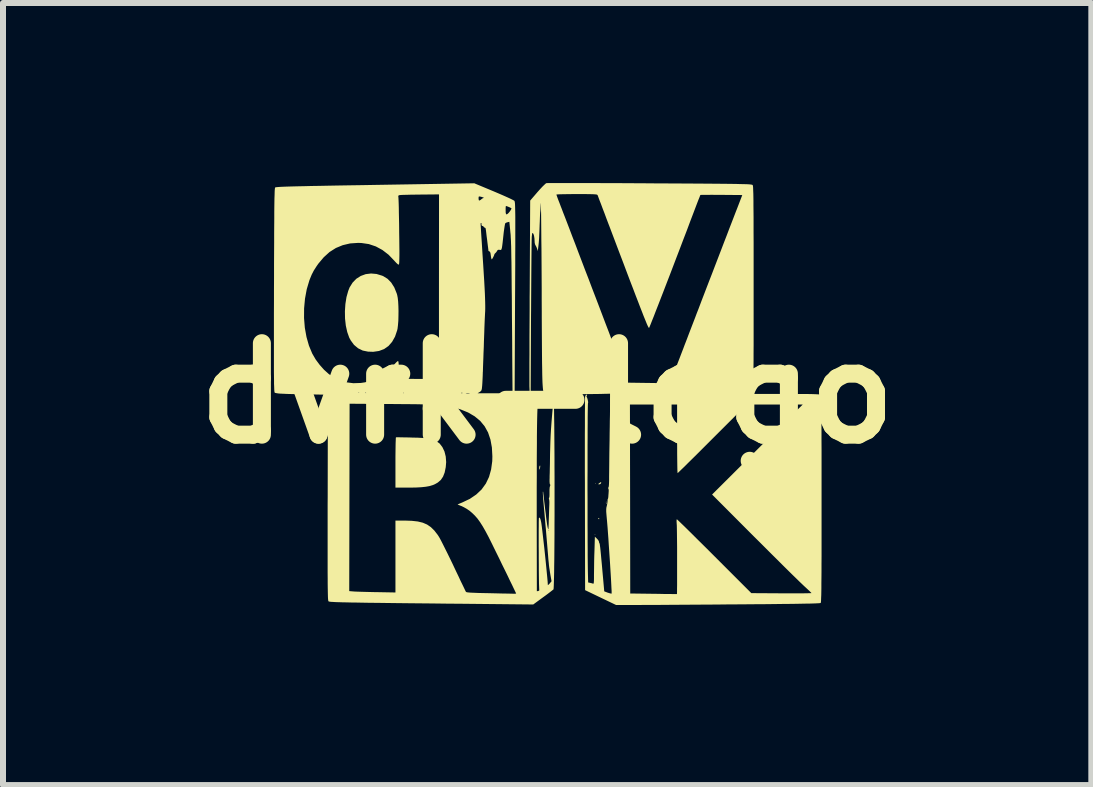
<source format=kicad_pcb>
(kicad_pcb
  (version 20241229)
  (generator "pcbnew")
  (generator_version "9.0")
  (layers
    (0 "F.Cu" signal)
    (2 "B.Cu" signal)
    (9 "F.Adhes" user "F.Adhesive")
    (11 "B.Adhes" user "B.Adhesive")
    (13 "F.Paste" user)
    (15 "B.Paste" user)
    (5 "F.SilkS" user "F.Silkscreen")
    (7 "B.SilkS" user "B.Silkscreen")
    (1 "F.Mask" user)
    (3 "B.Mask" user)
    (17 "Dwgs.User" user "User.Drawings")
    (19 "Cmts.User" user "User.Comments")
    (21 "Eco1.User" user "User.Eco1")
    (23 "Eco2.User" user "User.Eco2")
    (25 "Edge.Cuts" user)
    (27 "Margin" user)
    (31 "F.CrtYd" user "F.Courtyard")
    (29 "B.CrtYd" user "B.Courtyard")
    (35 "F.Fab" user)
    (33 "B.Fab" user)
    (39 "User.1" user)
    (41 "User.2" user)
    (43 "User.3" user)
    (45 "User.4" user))
  (footprint "dvrk-logo"
    (layer "F.Cu")
    (at 6.067 3.503)
    (property "Reference" "dvrk-logo" (at 0 0 0) (layer "F.SilkS") (effects (font (size 1.524 1.524) (thickness 0.3))))
    (attr board_only exclude_from_pos_files exclude_from_bom)
    (fp_poly (pts (xy 0.802 2.358) (xy 0.797 2.363) (xy 0.791 2.358) (xy 0.797 2.352)) (stroke (width 0) (type solid)) (fill yes) (layer "F.SilkS"))
    (fp_poly (pts (xy 0.813 1.5) (xy 0.808 1.506) (xy 0.802 1.5) (xy 0.808 1.495)) (stroke (width 0) (type solid)) (fill yes) (layer "F.SilkS"))
    (fp_poly (pts (xy 0.986 1.806) (xy 0.987 1.819) (xy 0.986 1.821) (xy 0.979 1.819) (xy 0.978 1.813) (xy 0.982 1.804)) (stroke (width 0) (type solid)) (fill yes) (layer "F.SilkS"))
    (fp_poly (pts (xy 0.997 1.839) (xy 0.995 1.846) (xy 0.989 1.846) (xy 0.98 1.842) (xy 0.982 1.839) (xy 0.995 1.838)) (stroke (width 0) (type solid)) (fill yes) (layer "F.SilkS"))
    (fp_poly (pts (xy 0.868 2.085) (xy 0.868 2.088) (xy 0.865 2.099) (xy 0.863 2.099) (xy 0.854 2.092) (xy 0.852 2.088) (xy 0.853 2.078) (xy 0.857 2.077)) (stroke (width 0) (type solid)) (fill yes) (layer "F.SilkS"))
    (fp_poly (pts (xy 0.901 1.483) (xy 0.897 1.5) (xy 0.882 1.514) (xy 0.867 1.517) (xy 0.852 1.516) (xy 0.853 1.51) (xy 0.87 1.496) (xy 0.892 1.481)) (stroke (width 0) (type solid)) (fill yes) (layer "F.SilkS"))
    (fp_poly (pts (xy -0.115 1.208) (xy -0.117 1.23) (xy -0.117 1.233) (xy -0.124 1.264) (xy -0.129 1.273) (xy -0.132 1.26) (xy -0.132 1.244) (xy -0.129 1.218) (xy -0.121 1.204) (xy -0.121 1.204)) (stroke (width 0) (type solid)) (fill yes) (layer "F.SilkS"))
    (fp_poly (pts (xy -2.843 -1.988) (xy -2.748 -1.959) (xy -2.73 -1.951) (xy -2.659 -1.907) (xy -2.598 -1.844) (xy -2.547 -1.763) (xy -2.507 -1.664) (xy -2.499 -1.637) (xy -2.49 -1.591) (xy -2.483 -1.528) (xy -2.479 -1.453) (xy -2.477 -1.371) (xy -2.478 -1.288) (xy -2.48 -1.207) (xy -2.486 -1.135) (xy -2.493 -1.077) (xy -2.499 -1.05) (xy -2.535 -0.944) (xy -2.584 -0.857) (xy -2.644 -0.788) (xy -2.717 -0.737) (xy -2.802 -0.705) (xy -2.898 -0.691) (xy -2.985 -0.694) (xy -3.073 -0.712) (xy -3.151 -0.75) (xy -3.218 -0.806) (xy -3.273 -0.881) (xy -3.298 -0.927) (xy -3.331 -1.02) (xy -3.355 -1.128) (xy -3.368 -1.245) (xy -3.37 -1.367) (xy -3.362 -1.487) (xy -3.344 -1.602) (xy -3.315 -1.705) (xy -3.292 -1.764) (xy -3.242 -1.844) (xy -3.18 -1.908) (xy -3.106 -1.955) (xy -3.024 -1.985) (xy -2.935 -1.996)) (stroke (width 0) (type solid)) (fill yes) (layer "F.SilkS"))
    (fp_poly (pts (xy -2.428 0.734) (xy -2.368 0.735) (xy -2.298 0.736) (xy -2.248 0.738) (xy -2.155 0.74) (xy -2.08 0.744) (xy -2.021 0.748) (xy -1.974 0.754) (xy -1.936 0.761) (xy -1.903 0.771) (xy -1.873 0.784) (xy -1.85 0.795) (xy -1.792 0.837) (xy -1.746 0.897) (xy -1.711 0.97) (xy -1.69 1.054) (xy -1.683 1.147) (xy -1.69 1.232) (xy -1.708 1.32) (xy -1.735 1.389) (xy -1.772 1.444) (xy -1.822 1.487) (xy -1.86 1.509) (xy -1.907 1.53) (xy -1.96 1.546) (xy -2.021 1.557) (xy -2.095 1.565) (xy -2.183 1.57) (xy -2.29 1.572) (xy -2.309 1.572) (xy -2.528 1.572) (xy -2.528 1.155) (xy -2.528 1.061) (xy -2.527 0.975) (xy -2.526 0.898) (xy -2.525 0.833) (xy -2.523 0.783) (xy -2.522 0.749) (xy -2.52 0.735) (xy -2.52 0.734) (xy -2.507 0.733) (xy -2.475 0.733)) (stroke (width 0) (type solid)) (fill yes) (layer "F.SilkS"))
    (fp_poly (pts (xy 0.475 -3.503) (xy 0.609 -3.503) (xy 0.755 -3.503) (xy 0.912 -3.502) (xy 1.079 -3.502) (xy 1.255 -3.501) (xy 1.438 -3.5) (xy 1.628 -3.499) (xy 1.71 -3.498) (xy 1.936 -3.497) (xy 2.141 -3.496) (xy 2.326 -3.495) (xy 2.493 -3.494) (xy 2.641 -3.493) (xy 2.773 -3.492) (xy 2.888 -3.491) (xy 2.989 -3.49) (xy 3.077 -3.489) (xy 3.151 -3.488) (xy 3.214 -3.486) (xy 3.266 -3.485) (xy 3.309 -3.484) (xy 3.342 -3.483) (xy 3.369 -3.481) (xy 3.389 -3.479) (xy 3.403 -3.477) (xy 3.413 -3.475) (xy 3.419 -3.473) (xy 3.423 -3.47) (xy 3.425 -3.468) (xy 3.427 -3.462) (xy 3.429 -3.451) (xy 3.431 -3.433) (xy 3.432 -3.407) (xy 3.433 -3.373) (xy 3.435 -3.329) (xy 3.436 -3.274) (xy 3.437 -3.208) (xy 3.437 -3.129) (xy 3.438 -3.037) (xy 3.439 -2.931) (xy 3.439 -2.809) (xy 3.439 -2.67) (xy 3.44 -2.515) (xy 3.44 -2.341) (xy 3.44 -2.148) (xy 3.44 -1.934) (xy 3.44 -1.742) (xy 3.44 -1.514) (xy 3.44 -1.307) (xy 3.44 -1.12) (xy 3.44 -0.952) (xy 3.44 -0.801) (xy 3.439 -0.668) (xy 3.439 -0.55) (xy 3.438 -0.448) (xy 3.438 -0.359) (xy 3.437 -0.283) (xy 3.436 -0.219) (xy 3.435 -0.166) (xy 3.434 -0.123) (xy 3.433 -0.089) (xy 3.431 -0.062) (xy 3.43 -0.042) (xy 3.428 -0.028) (xy 3.426 -0.019) (xy 3.423 -0.014) (xy 3.423 -0.013) (xy 3.406 0.011) (xy 3.976 0.011) (xy 4.111 0.011) (xy 4.226 0.012) (xy 4.321 0.012) (xy 4.398 0.013) (xy 4.459 0.015) (xy 4.504 0.017) (xy 4.535 0.019) (xy 4.553 0.022) (xy 4.559 0.024) (xy 4.561 0.031) (xy 4.563 0.048) (xy 4.564 0.075) (xy 4.565 0.115) (xy 4.567 0.166) (xy 4.568 0.232) (xy 4.569 0.311) (xy 4.569 0.405) (xy 4.57 0.514) (xy 4.571 0.641) (xy 4.571 0.784) (xy 4.572 0.946) (xy 4.572 1.126) (xy 4.572 1.326) (xy 4.572 1.547) (xy 4.572 1.759) (xy 4.572 1.991) (xy 4.572 2.202) (xy 4.572 2.392) (xy 4.572 2.564) (xy 4.572 2.717) (xy 4.571 2.853) (xy 4.571 2.973) (xy 4.57 3.078) (xy 4.569 3.168) (xy 4.569 3.245) (xy 4.568 3.31) (xy 4.567 3.363) (xy 4.565 3.405) (xy 4.564 3.438) (xy 4.563 3.463) (xy 4.561 3.48) (xy 4.559 3.49) (xy 4.557 3.494) (xy 4.557 3.494) (xy 4.548 3.496) (xy 4.526 3.498) (xy 4.49 3.5) (xy 4.44 3.502) (xy 4.374 3.504) (xy 4.293 3.505) (xy 4.194 3.507) (xy 4.078 3.509) (xy 3.944 3.51) (xy 3.791 3.512) (xy 3.618 3.514) (xy 3.425 3.515) (xy 3.21 3.517) (xy 3.18 3.517) (xy 3.002 3.518) (xy 2.824 3.52) (xy 2.65 3.521) (xy 2.48 3.522) (xy 2.317 3.523) (xy 2.163 3.524) (xy 2.019 3.525) (xy 1.886 3.526) (xy 1.768 3.527) (xy 1.665 3.527) (xy 1.579 3.527) (xy 1.513 3.528) (xy 1.484 3.528) (xy 1.149 3.528) (xy 0.89 3.404) (xy 0.632 3.28) (xy 0.629 1.687) (xy 0.629 1.501) (xy 0.628 1.32) (xy 0.628 1.147) (xy 0.628 0.982) (xy 0.628 0.826) (xy 0.628 0.681) (xy 0.629 0.548) (xy 0.629 0.428) (xy 0.629 0.323) (xy 0.63 0.233) (xy 0.63 0.161) (xy 0.631 0.106) (xy 0.631 0.072) (xy 0.632 0.058) (xy 0.642 0.031) (xy 0.656 0.022) (xy 0.667 0.026) (xy 0.661 0.037) (xy 0.655 0.054) (xy 0.658 0.061) (xy 0.667 0.078) (xy 0.675 0.105) (xy 0.681 0.133) (xy 0.683 0.155) (xy 0.68 0.165) (xy 0.68 0.165) (xy 0.679 0.176) (xy 0.678 0.207) (xy 0.677 0.257) (xy 0.676 0.324) (xy 0.675 0.407) (xy 0.675 0.504) (xy 0.674 0.614) (xy 0.674 0.735) (xy 0.673 0.865) (xy 0.673 1.003) (xy 0.673 1.147) (xy 0.673 1.296) (xy 0.672 1.449) (xy 0.672 1.603) (xy 0.673 1.757) (xy 0.673 1.909) (xy 0.673 2.059) (xy 0.673 2.203) (xy 0.674 2.342) (xy 0.674 2.473) (xy 0.675 2.594) (xy 0.675 2.705) (xy 0.676 2.803) (xy 0.677 2.887) (xy 0.678 2.955) (xy 0.679 3.002) (xy 0.683 3.152) (xy 0.712 3.158) (xy 0.742 3.165) (xy 0.761 3.171) (xy 0.769 3.173) (xy 0.774 3.168) (xy 0.777 3.154) (xy 0.779 3.127) (xy 0.78 3.086) (xy 0.78 3.025) (xy 0.78 3.021) (xy 0.781 2.959) (xy 0.782 2.881) (xy 0.783 2.795) (xy 0.785 2.708) (xy 0.788 2.627) (xy 0.795 2.39) (xy 0.83 2.423) (xy 0.851 2.447) (xy 0.862 2.468) (xy 0.863 2.473) (xy 0.866 2.491) (xy 0.87 2.495) (xy 0.872 2.501) (xy 0.876 2.514) (xy 0.879 2.537) (xy 0.884 2.572) (xy 0.889 2.619) (xy 0.895 2.68) (xy 0.902 2.758) (xy 0.911 2.852) (xy 0.921 2.966) (xy 0.932 3.087) (xy 0.951 3.3) (xy 1.009 3.322) (xy 1.042 3.332) (xy 1.066 3.338) (xy 1.074 3.337) (xy 1.074 3.325) (xy 1.074 3.294) (xy 1.071 3.245) (xy 1.068 3.181) (xy 1.064 3.105) (xy 1.059 3.019) (xy 1.053 2.925) (xy 1.047 2.825) (xy 1.04 2.722) (xy 1.033 2.619) (xy 1.026 2.517) (xy 1.02 2.419) (xy 1.013 2.327) (xy 1.007 2.243) (xy 1.001 2.171) (xy 0.996 2.112) (xy 0.994 2.092) (xy 0.988 2.023) (xy 0.984 1.973) (xy 0.984 1.936) (xy 0.986 1.908) (xy 0.991 1.887) (xy 0.992 1.883) (xy 1.001 1.843) (xy 1.006 1.803) (xy 1.006 1.8) (xy 1.007 1.773) (xy 1.01 1.759) (xy 1.012 1.759) (xy 1.016 1.749) (xy 1.019 1.724) (xy 1.02 1.706) (xy 1.023 1.668) (xy 1.025 1.635) (xy 1.026 1.627) (xy 1.024 1.6) (xy 1.018 1.585) (xy 1.015 1.573) (xy 1.02 1.572) (xy 1.025 1.561) (xy 1.029 1.531) (xy 1.031 1.484) (xy 1.032 1.448) (xy 1.032 1.384) (xy 1.033 1.304) (xy 1.034 1.211) (xy 1.035 1.108) (xy 1.036 0.999) (xy 1.038 0.886) (xy 1.04 0.773) (xy 1.041 0.662) (xy 1.043 0.557) (xy 1.044 0.46) (xy 1.046 0.374) (xy 1.047 0.303) (xy 1.048 0.25) (xy 1.048 0.233) (xy 1.05 0.187) (xy 1.379 0.187) (xy 1.382 1.761) (xy 1.384 3.336) (xy 1.772 3.341) (xy 1.862 3.342) (xy 1.945 3.344) (xy 2.018 3.344) (xy 2.079 3.345) (xy 2.125 3.345) (xy 2.154 3.346) (xy 2.163 3.345) (xy 2.163 3.335) (xy 2.164 3.304) (xy 2.164 3.255) (xy 2.165 3.191) (xy 2.165 3.113) (xy 2.165 3.023) (xy 2.165 2.924) (xy 2.165 2.817) (xy 2.165 2.79) (xy 2.165 2.679) (xy 2.165 2.573) (xy 2.164 2.474) (xy 2.163 2.384) (xy 2.162 2.307) (xy 2.161 2.243) (xy 2.16 2.197) (xy 2.158 2.17) (xy 2.158 2.168) (xy 2.156 2.132) (xy 2.157 2.108) (xy 2.161 2.099) (xy 2.17 2.107) (xy 2.194 2.129) (xy 2.23 2.164) (xy 2.279 2.211) (xy 2.338 2.269) (xy 2.407 2.337) (xy 2.484 2.414) (xy 2.568 2.497) (xy 2.659 2.587) (xy 2.754 2.682) (xy 2.786 2.714) (xy 3.402 3.33) (xy 3.905 3.333) (xy 4.007 3.333) (xy 4.103 3.333) (xy 4.189 3.333) (xy 4.264 3.333) (xy 4.325 3.332) (xy 4.37 3.331) (xy 4.397 3.33) (xy 4.405 3.329) (xy 4.396 3.32) (xy 4.374 3.298) (xy 4.341 3.267) (xy 4.301 3.23) (xy 4.275 3.206) (xy 4.249 3.181) (xy 4.208 3.142) (xy 4.154 3.089) (xy 4.089 3.026) (xy 4.014 2.952) (xy 3.93 2.869) (xy 3.839 2.778) (xy 3.742 2.682) (xy 3.641 2.581) (xy 3.536 2.476) (xy 3.448 2.389) (xy 2.748 1.687) (xy 3.311 1.126) (xy 3.409 1.028) (xy 3.508 0.93) (xy 3.605 0.833) (xy 3.699 0.74) (xy 3.787 0.653) (xy 3.867 0.573) (xy 3.939 0.502) (xy 4 0.442) (xy 4.048 0.394) (xy 4.067 0.376) (xy 4.259 0.187) (xy 3.792 0.187) (xy 3.325 0.187) (xy 2.753 0.758) (xy 2.66 0.851) (xy 2.572 0.939) (xy 2.489 1.022) (xy 2.413 1.097) (xy 2.346 1.163) (xy 2.288 1.221) (xy 2.24 1.267) (xy 2.204 1.302) (xy 2.182 1.323) (xy 2.173 1.33) (xy 2.172 1.319) (xy 2.17 1.289) (xy 2.169 1.24) (xy 2.168 1.176) (xy 2.167 1.098) (xy 2.166 1.008) (xy 2.166 0.908) (xy 2.165 0.801) (xy 2.165 0.758) (xy 2.165 0.187) (xy 1.379 0.187) (xy 1.05 0.187) (xy 1.053 0.076) (xy 1.095 0.038) (xy 1.138 -0.000402) (xy 1.039 0.007) (xy 1.006 0.008) (xy 0.955 0.009) (xy 0.888 0.011) (xy 0.807 0.012) (xy 0.715 0.013) (xy 0.616 0.014) (xy 0.512 0.015) (xy 0.454 0.015) (xy 0.337 0.015) (xy 0.241 0.015) (xy 0.162 0.015) (xy 0.1 0.015) (xy 0.051 0.014) (xy 0.015 0.012) (xy -0.011 0.01) (xy -0.029 0.008) (xy -0.041 0.004) (xy -0.048 0.000067) (xy -0.051 -0.003) (xy -0.056 -0.01) (xy -0.061 -0.021) (xy -0.065 -0.038) (xy -0.069 -0.061) (xy -0.072 -0.091) (xy -0.075 -0.131) (xy -0.078 -0.18) (xy -0.08 -0.24) (xy -0.082 -0.313) (xy -0.083 -0.398) (xy -0.085 -0.499) (xy -0.086 -0.615) (xy -0.087 -0.748) (xy -0.088 -0.898) (xy -0.089 -1.068) (xy -0.09 -1.259) (xy -0.09 -1.357) (xy -0.091 -1.551) (xy -0.091 -1.738) (xy -0.092 -1.919) (xy -0.093 -2.091) (xy -0.094 -2.254) (xy -0.095 -2.408) (xy -0.097 -2.55) (xy -0.098 -2.68) (xy -0.099 -2.797) (xy -0.1 -2.901) (xy -0.101 -2.988) (xy -0.103 -3.06) (xy -0.104 -3.115) (xy -0.105 -3.152) (xy -0.106 -3.169) (xy -0.107 -3.166) (xy -0.108 -3.149) (xy -0.11 -3.102) (xy -0.112 -3.061) (xy -0.114 -3.034) (xy -0.115 -3.028) (xy -0.117 -3.01) (xy -0.119 -2.975) (xy -0.121 -2.925) (xy -0.123 -2.864) (xy -0.126 -2.797) (xy -0.126 -2.792) (xy -0.129 -2.709) (xy -0.132 -2.643) (xy -0.134 -2.591) (xy -0.137 -2.548) (xy -0.14 -2.51) (xy -0.144 -2.472) (xy -0.149 -2.43) (xy -0.149 -2.429) (xy -0.157 -2.369) (xy -0.167 -2.407) (xy -0.179 -2.438) (xy -0.192 -2.462) (xy -0.193 -2.463) (xy -0.203 -2.484) (xy -0.209 -2.517) (xy -0.209 -2.529) (xy -0.212 -2.581) (xy -0.219 -2.625) (xy -0.229 -2.656) (xy -0.239 -2.668) (xy -0.251 -2.667) (xy -0.251 -2.664) (xy -0.252 -2.647) (xy -0.255 -2.62) (xy -0.256 -2.616) (xy -0.257 -2.6) (xy -0.258 -2.564) (xy -0.259 -2.508) (xy -0.26 -2.435) (xy -0.261 -2.345) (xy -0.262 -2.241) (xy -0.263 -2.123) (xy -0.264 -1.993) (xy -0.265 -1.852) (xy -0.266 -1.702) (xy -0.267 -1.544) (xy -0.268 -1.38) (xy -0.269 -1.289) (xy -0.275 0) (xy -0.248 0) (xy -0.218 0.008) (xy -0.187 0.029) (xy -0.16 0.057) (xy -0.145 0.085) (xy -0.143 0.096) (xy -0.136 0.123) (xy -0.125 0.137) (xy -0.113 0.154) (xy -0.12 0.17) (xy -0.142 0.176) (xy -0.147 0.177) (xy -0.152 0.183) (xy -0.156 0.195) (xy -0.159 0.215) (xy -0.161 0.247) (xy -0.163 0.293) (xy -0.165 0.354) (xy -0.167 0.433) (xy -0.168 0.497) (xy -0.169 0.552) (xy -0.17 0.627) (xy -0.171 0.721) (xy -0.171 0.83) (xy -0.172 0.954) (xy -0.173 1.09) (xy -0.173 1.237) (xy -0.173 1.392) (xy -0.174 1.554) (xy -0.174 1.721) (xy -0.174 1.891) (xy -0.174 2.059) (xy -0.172 3.298) (xy -0.149 3.295) (xy -0.132 3.286) (xy -0.132 3.275) (xy -0.133 3.26) (xy -0.134 3.227) (xy -0.136 3.176) (xy -0.137 3.11) (xy -0.138 3.033) (xy -0.139 2.946) (xy -0.139 2.853) (xy -0.14 2.755) (xy -0.14 2.655) (xy -0.141 2.555) (xy -0.141 2.459) (xy -0.141 2.368) (xy -0.141 2.285) (xy -0.14 2.212) (xy -0.14 2.153) (xy -0.139 2.109) (xy -0.138 2.083) (xy -0.137 2.078) (xy -0.129 2.07) (xy -0.119 2.081) (xy -0.109 2.108) (xy -0.1 2.148) (xy -0.097 2.165) (xy -0.089 2.223) (xy -0.08 2.298) (xy -0.07 2.385) (xy -0.059 2.482) (xy -0.047 2.586) (xy -0.036 2.691) (xy -0.025 2.797) (xy -0.015 2.898) (xy -0.006 2.991) (xy 0.002 3.073) (xy 0.008 3.141) (xy 0.011 3.191) (xy 0.011 3.196) (xy 0.018 3.193) (xy 0.034 3.178) (xy 0.043 3.168) (xy 0.073 3.132) (xy 0.054 3.025) (xy 0.047 2.982) (xy 0.041 2.943) (xy 0.035 2.906) (xy 0.03 2.866) (xy 0.026 2.821) (xy 0.02 2.766) (xy 0.015 2.7) (xy 0.008 2.618) (xy -0.000047 2.522) (xy -0.008 2.429) (xy -0.017 2.322) (xy -0.02 2.281) (xy 0.022 2.281) (xy 0.027 2.286) (xy 0.033 2.281) (xy 0.027 2.275) (xy 0.022 2.281) (xy -0.02 2.281) (xy -0.027 2.208) (xy -0.037 2.094) (xy -0.046 1.989) (xy -0.05 1.947) (xy -0.057 1.868) (xy -0.063 1.796) (xy -0.068 1.735) (xy -0.071 1.686) (xy -0.072 1.654) (xy -0.072 1.64) (xy -0.072 1.64) (xy -0.066 1.642) (xy -0.066 1.644) (xy -0.065 1.66) (xy -0.061 1.694) (xy -0.055 1.743) (xy -0.049 1.802) (xy -0.041 1.867) (xy -0.033 1.936) (xy -0.024 2.004) (xy -0.017 2.067) (xy -0.01 2.122) (xy -0.004 2.164) (xy -0.00021 2.191) (xy -0.000103 2.191) (xy 0.007 2.23) (xy 0.014 2.256) (xy 0.019 2.265) (xy 0.022 2.257) (xy 0.022 2.252) (xy 0.025 2.182) (xy 0.027 2.106) (xy 0.03 2.03) (xy 0.032 1.959) (xy 0.034 1.899) (xy 0.036 1.855) (xy 0.036 1.854) (xy 0.037 1.813) (xy 0.035 1.781) (xy 0.031 1.764) (xy 0.03 1.762) (xy 0.028 1.751) (xy 0.032 1.743) (xy 0.037 1.727) (xy 0.039 1.695) (xy 0.039 1.654) (xy 0.039 1.649) (xy 0.039 1.603) (xy 0.042 1.566) (xy 0.048 1.546) (xy 0.054 1.527) (xy 0.049 1.521) (xy 0.043 1.508) (xy 0.04 1.476) (xy 0.04 1.427) (xy 0.041 1.417) (xy 0.041 1.379) (xy 0.043 1.323) (xy 0.044 1.253) (xy 0.046 1.174) (xy 0.047 1.09) (xy 0.048 1.013) (xy 0.051 0.905) (xy 0.054 0.803) (xy 0.058 0.703) (xy 0.064 0.599) (xy 0.072 0.488) (xy 0.082 0.364) (xy 0.093 0.235) (xy 0.096 0.198) (xy 0.095 0.179) (xy 0.09 0.172) (xy 0.077 0.172) (xy 0.072 0.173) (xy 0.049 0.173) (xy 0.045 0.161) (xy 0.06 0.143) (xy 0.073 0.122) (xy 0.077 0.098) (xy 0.081 0.073) (xy 0.089 0.06) (xy 0.096 0.045) (xy 0.094 0.035) (xy 0.093 0.025) (xy 0.101 0.034) (xy 0.104 0.038) (xy 0.107 0.052) (xy 0.109 0.086) (xy 0.111 0.139) (xy 0.113 0.21) (xy 0.115 0.297) (xy 0.116 0.398) (xy 0.118 0.512) (xy 0.119 0.638) (xy 0.12 0.773) (xy 0.121 0.917) (xy 0.122 1.068) (xy 0.122 1.224) (xy 0.123 1.385) (xy 0.123 1.547) (xy 0.123 1.711) (xy 0.123 1.874) (xy 0.123 2.035) (xy 0.122 2.193) (xy 0.122 2.346) (xy 0.121 2.492) (xy 0.12 2.63) (xy 0.119 2.758) (xy 0.117 2.876) (xy 0.116 2.981) (xy 0.114 3.072) (xy 0.112 3.147) (xy 0.11 3.206) (xy 0.108 3.246) (xy 0.106 3.266) (xy 0.105 3.268) (xy 0.091 3.279) (xy 0.063 3.301) (xy 0.024 3.331) (xy -0.024 3.367) (xy -0.071 3.401) (xy -0.232 3.519) (xy -1.416 3.507) (xy -1.676 3.505) (xy -1.915 3.502) (xy -2.134 3.5) (xy -2.334 3.498) (xy -2.515 3.496) (xy -2.679 3.494) (xy -2.826 3.492) (xy -2.957 3.491) (xy -3.074 3.489) (xy -3.176 3.487) (xy -3.266 3.486) (xy -3.343 3.484) (xy -3.409 3.483) (xy -3.465 3.481) (xy -3.511 3.48) (xy -3.548 3.478) (xy -3.578 3.476) (xy -3.601 3.475) (xy -3.618 3.473) (xy -3.63 3.471) (xy -3.638 3.469) (xy -3.643 3.466) (xy -3.644 3.465) (xy -3.646 3.461) (xy -3.648 3.452) (xy -3.65 3.437) (xy -3.652 3.415) (xy -3.653 3.386) (xy -3.654 3.348) (xy -3.655 3.3) (xy -3.655 3.296) (xy -3.298 3.296) (xy -3.24 3.301) (xy -3.214 3.303) (xy -3.17 3.305) (xy -3.11 3.307) (xy -3.038 3.309) (xy -2.958 3.311) (xy -2.873 3.313) (xy -2.855 3.313) (xy -2.528 3.319) (xy -2.528 2.121) (xy -2.371 2.121) (xy -2.255 2.125) (xy -2.156 2.136) (xy -2.073 2.156) (xy -2.001 2.187) (xy -1.938 2.23) (xy -1.88 2.287) (xy -1.825 2.358) (xy -1.806 2.387) (xy -1.79 2.414) (xy -1.766 2.459) (xy -1.736 2.518) (xy -1.7 2.59) (xy -1.66 2.67) (xy -1.617 2.758) (xy -1.573 2.849) (xy -1.559 2.879) (xy -1.517 2.968) (xy -1.477 3.051) (xy -1.442 3.127) (xy -1.41 3.192) (xy -1.385 3.244) (xy -1.367 3.282) (xy -1.356 3.304) (xy -1.354 3.307) (xy -1.348 3.312) (xy -1.334 3.316) (xy -1.309 3.319) (xy -1.272 3.322) (xy -1.22 3.324) (xy -1.152 3.327) (xy -1.066 3.329) (xy -1.005 3.33) (xy -0.917 3.332) (xy -0.832 3.334) (xy -0.754 3.336) (xy -0.687 3.337) (xy -0.634 3.338) (xy -0.598 3.339) (xy -0.591 3.339) (xy -0.554 3.34) (xy -0.527 3.339) (xy -0.517 3.337) (xy -0.517 3.337) (xy -0.521 3.327) (xy -0.535 3.298) (xy -0.556 3.254) (xy -0.584 3.195) (xy -0.619 3.124) (xy -0.658 3.042) (xy -0.702 2.952) (xy -0.75 2.855) (xy -0.799 2.753) (xy -0.851 2.648) (xy -0.903 2.542) (xy -0.918 2.511) (xy -0.976 2.395) (xy -1.028 2.297) (xy -1.075 2.215) (xy -1.119 2.146) (xy -1.161 2.088) (xy -1.204 2.039) (xy -1.248 1.996) (xy -1.295 1.956) (xy -1.297 1.955) (xy -1.341 1.925) (xy -1.389 1.898) (xy -1.43 1.878) (xy -1.432 1.878) (xy -1.464 1.865) (xy -1.486 1.856) (xy -1.492 1.852) (xy -1.481 1.847) (xy -1.455 1.836) (xy -1.419 1.821) (xy -1.412 1.818) (xy -1.288 1.759) (xy -1.182 1.687) (xy -1.093 1.603) (xy -1.022 1.505) (xy -0.969 1.394) (xy -0.934 1.27) (xy -0.915 1.132) (xy -0.913 1.05) (xy -0.921 0.903) (xy -0.945 0.771) (xy -0.985 0.653) (xy -1.042 0.55) (xy -1.116 0.46) (xy -1.208 0.384) (xy -1.317 0.32) (xy -1.445 0.268) (xy -1.551 0.237) (xy -1.593 0.227) (xy -1.632 0.219) (xy -1.671 0.211) (xy -1.711 0.205) (xy -1.755 0.199) (xy -1.804 0.195) (xy -1.861 0.191) (xy -1.926 0.188) (xy -2.003 0.186) (xy -2.093 0.184) (xy -2.197 0.182) (xy -2.318 0.181) (xy -2.458 0.18) (xy -2.572 0.179) (xy -3.292 0.174) (xy -3.295 1.735) (xy -3.298 3.296) (xy -3.655 3.296) (xy -3.656 3.241) (xy -3.657 3.171) (xy -3.657 3.088) (xy -3.658 2.992) (xy -3.658 2.88) (xy -3.658 2.754) (xy -3.658 2.61) (xy -3.658 2.449) (xy -3.658 2.27) (xy -3.658 2.071) (xy -3.658 1.851) (xy -3.657 1.737) (xy -3.654 0.024) (xy -4.034 0.017) (xy -4.151 0.015) (xy -4.249 0.013) (xy -4.329 0.011) (xy -4.392 0.008) (xy -4.441 0.006) (xy -4.443 0.006) (xy -1.357 0.006) (xy -1.345 0.007) (xy -1.324 0.008) (xy -1.298 0.007) (xy -1.289 0.005) (xy -1.294 0.003) (xy -1.324 0.001) (xy -1.349 0.003) (xy -1.357 0.006) (xy -4.443 0.006) (xy -4.478 0.003) (xy -4.505 -0.001) (xy -4.524 -0.005) (xy -4.526 -0.005) (xy -3.031 -0.005) (xy -3.013 -0.002) (xy -2.975 -0.001) (xy -2.974 -0.001) (xy -2.937 -0.001) (xy -2.913 -0.003) (xy -2.906 -0.005) (xy -2.396 -0.005) (xy -2.391 0) (xy -2.39 -0.000083) (xy -1.16 -0.000083) (xy -0.868 -0.000035) (xy -0.577 0.000014) (xy -0.58 -0.365) (xy -0.582 -0.621) (xy -0.583 -0.855) (xy -0.585 -1.07) (xy -0.587 -1.266) (xy -0.588 -1.443) (xy -0.589 -1.604) (xy -0.591 -1.748) (xy -0.592 -1.878) (xy -0.593 -1.994) (xy -0.594 -2.096) (xy -0.595 -2.187) (xy -0.597 -2.267) (xy -0.598 -2.337) (xy -0.599 -2.397) (xy -0.6 -2.45) (xy -0.602 -2.496) (xy -0.603 -2.536) (xy -0.605 -2.571) (xy -0.607 -2.602) (xy -0.608 -2.63) (xy -0.61 -2.656) (xy -0.613 -2.681) (xy -0.615 -2.706) (xy -0.616 -2.717) (xy -0.63 -2.857) (xy -0.658 -2.851) (xy -0.684 -2.842) (xy -0.697 -2.834) (xy -0.702 -2.821) (xy -0.708 -2.789) (xy -0.715 -2.744) (xy -0.723 -2.688) (xy -0.727 -2.652) (xy -0.736 -2.568) (xy -0.743 -2.504) (xy -0.749 -2.457) (xy -0.754 -2.425) (xy -0.76 -2.404) (xy -0.765 -2.393) (xy -0.772 -2.388) (xy -0.78 -2.388) (xy -0.791 -2.39) (xy -0.792 -2.391) (xy -0.818 -2.391) (xy -0.831 -2.379) (xy -0.832 -2.377) (xy -0.846 -2.354) (xy -0.86 -2.339) (xy -0.876 -2.323) (xy -0.88 -2.314) (xy -0.884 -2.3) (xy -0.895 -2.276) (xy -0.908 -2.251) (xy -0.92 -2.234) (xy -0.924 -2.231) (xy -0.929 -2.241) (xy -0.935 -2.267) (xy -0.939 -2.297) (xy -0.945 -2.338) (xy -0.954 -2.359) (xy -0.962 -2.363) (xy -0.977 -2.371) (xy -0.979 -2.377) (xy -0.98 -2.392) (xy -0.984 -2.425) (xy -0.99 -2.471) (xy -0.997 -2.527) (xy -1.001 -2.561) (xy -1.009 -2.62) (xy -1.015 -2.673) (xy -1.02 -2.714) (xy -1.024 -2.739) (xy -1.024 -2.745) (xy -1.034 -2.758) (xy -1.039 -2.759) (xy -1.054 -2.768) (xy -1.059 -2.776) (xy -1.07 -2.788) (xy -1.076 -2.787) (xy -1.087 -2.79) (xy -1.094 -2.804) (xy -1.095 -2.822) (xy -1.093 -2.826) (xy -1.095 -2.835) (xy -1.098 -2.836) (xy -1.11 -2.831) (xy -1.11 -2.829) (xy -1.109 -2.817) (xy -1.107 -2.785) (xy -1.104 -2.736) (xy -1.1 -2.671) (xy -1.095 -2.593) (xy -1.089 -2.505) (xy -1.083 -2.407) (xy -1.077 -2.31) (xy -1.066 -2.144) (xy -1.057 -1.998) (xy -1.049 -1.871) (xy -1.043 -1.761) (xy -1.038 -1.666) (xy -1.035 -1.585) (xy -1.033 -1.517) (xy -1.032 -1.459) (xy -1.032 -1.409) (xy -1.033 -1.367) (xy -1.035 -1.335) (xy -1.037 -1.292) (xy -1.04 -1.233) (xy -1.043 -1.162) (xy -1.046 -1.087) (xy -1.048 -1.017) (xy -1.051 -0.937) (xy -1.054 -0.855) (xy -1.056 -0.775) (xy -1.059 -0.705) (xy -1.061 -0.659) (xy -1.063 -0.594) (xy -1.066 -0.517) (xy -1.069 -0.436) (xy -1.071 -0.361) (xy -1.072 -0.357) (xy -1.074 -0.292) (xy -1.077 -0.227) (xy -1.08 -0.169) (xy -1.083 -0.126) (xy -1.084 -0.117) (xy -1.088 -0.077) (xy -1.094 -0.052) (xy -1.105 -0.036) (xy -1.122 -0.023) (xy -1.125 -0.021) (xy -1.16 -0.000083) (xy -2.39 -0.000083) (xy -2.388 -0.003) (xy -1.435 -0.003) (xy -1.424 -0.001) (xy -1.41 -0.003) (xy -1.41 -0.007) (xy -1.425 -0.009) (xy -1.431 -0.008) (xy -1.435 -0.003) (xy -2.388 -0.003) (xy -2.385 -0.005) (xy -2.386 -0.007) (xy -1.695 -0.007) (xy -1.691 -0.006) (xy -1.668 -0.005) (xy -1.629 -0.004) (xy -1.599 -0.004) (xy -1.551 -0.005) (xy -1.52 -0.005) (xy -1.506 -0.006) (xy -1.512 -0.007) (xy -1.525 -0.008) (xy -1.58 -0.01) (xy -1.639 -0.009) (xy -1.679 -0.008) (xy -1.695 -0.007) (xy -2.386 -0.007) (xy -2.391 -0.011) (xy -2.396 -0.005) (xy -2.906 -0.005) (xy -2.904 -0.006) (xy -2.905 -0.007) (xy -2.921 -0.012) (xy -2.95 -0.015) (xy -2.985 -0.016) (xy -3.015 -0.013) (xy -3.028 -0.01) (xy -3.031 -0.005) (xy -4.526 -0.005) (xy -4.537 -0.009) (xy -4.539 -0.011) (xy -4.542 -0.014) (xy -4.542 -0.016) (xy -3.143 -0.016) (xy -3.138 -0.011) (xy -3.132 -0.016) (xy -3.138 -0.022) (xy -3.143 -0.016) (xy -4.542 -0.016) (xy -4.544 -0.022) (xy -4.545 -0.035) (xy -4.547 -0.054) (xy -4.548 -0.08) (xy -4.549 -0.115) (xy -4.551 -0.159) (xy -4.551 -0.213) (xy -4.552 -0.279) (xy -4.553 -0.356) (xy -4.553 -0.447) (xy -4.553 -0.553) (xy -4.553 -0.673) (xy -4.553 -0.81) (xy -4.553 -0.964) (xy -4.553 -1.136) (xy -4.553 -1.253) (xy -4.051 -1.253) (xy -4.038 -1.092) (xy -4.01 -0.937) (xy -3.969 -0.793) (xy -3.914 -0.661) (xy -3.911 -0.656) (xy -3.857 -0.563) (xy -3.79 -0.473) (xy -3.717 -0.391) (xy -3.64 -0.322) (xy -3.571 -0.273) (xy -3.46 -0.218) (xy -3.347 -0.183) (xy -3.23 -0.168) (xy -3.105 -0.172) (xy -3.039 -0.182) (xy -2.912 -0.214) (xy -2.796 -0.266) (xy -2.69 -0.337) (xy -2.594 -0.428) (xy -2.568 -0.457) (xy -2.538 -0.491) (xy -2.512 -0.518) (xy -2.493 -0.534) (xy -2.489 -0.537) (xy -2.482 -0.535) (xy -2.478 -0.524) (xy -2.475 -0.5) (xy -2.473 -0.462) (xy -2.473 -0.405) (xy -2.473 -0.391) (xy -2.473 -0.242) (xy -2.142 -0.239) (xy -2.059 -0.239) (xy -1.984 -0.238) (xy -1.918 -0.239) (xy -1.865 -0.239) (xy -1.828 -0.24) (xy -1.809 -0.24) (xy -1.807 -0.241) (xy -1.807 -0.252) (xy -1.806 -0.284) (xy -1.806 -0.336) (xy -1.805 -0.406) (xy -1.805 -0.492) (xy -1.804 -0.595) (xy -1.804 -0.712) (xy -1.803 -0.842) (xy -1.803 -0.984) (xy -1.803 -1.137) (xy -1.803 -1.299) (xy -1.803 -1.47) (xy -1.803 -1.648) (xy -1.803 -1.78) (xy -1.802 -3.05) (xy -0.692 -3.05) (xy -0.691 -3.007) (xy -0.684 -2.984) (xy -0.672 -2.981) (xy -0.653 -2.995) (xy -0.642 -3.006) (xy -0.619 -3.034) (xy -0.602 -3.061) (xy -0.594 -3.08) (xy -0.594 -3.081) (xy -0.603 -3.087) (xy -0.624 -3.098) (xy -0.651 -3.109) (xy -0.675 -3.118) (xy -0.687 -3.121) (xy -0.69 -3.111) (xy -0.692 -3.085) (xy -0.692 -3.05) (xy -1.802 -3.05) (xy -1.802 -3.247) (xy -1.143 -3.247) (xy -1.14 -3.219) (xy -1.131 -3.211) (xy -1.111 -3.221) (xy -1.099 -3.231) (xy -1.078 -3.247) (xy -1.063 -3.253) (xy -1.054 -3.256) (xy -1.063 -3.262) (xy -1.085 -3.27) (xy -1.104 -3.275) (xy -1.13 -3.28) (xy -1.141 -3.275) (xy -1.143 -3.256) (xy -1.143 -3.247) (xy -1.802 -3.247) (xy -1.802 -3.314) (xy -2.118 -3.311) (xy -2.201 -3.31) (xy -2.277 -3.309) (xy -2.344 -3.307) (xy -2.399 -3.306) (xy -2.438 -3.304) (xy -2.459 -3.302) (xy -2.46 -3.302) (xy -2.479 -3.294) (xy -2.481 -3.278) (xy -2.479 -3.267) (xy -2.478 -3.25) (xy -2.476 -3.214) (xy -2.474 -3.16) (xy -2.472 -3.091) (xy -2.471 -3.008) (xy -2.469 -2.915) (xy -2.467 -2.814) (xy -2.466 -2.706) (xy -2.466 -2.69) (xy -2.464 -2.565) (xy -2.463 -2.46) (xy -2.462 -2.374) (xy -2.462 -2.305) (xy -2.463 -2.25) (xy -2.464 -2.209) (xy -2.465 -2.18) (xy -2.467 -2.16) (xy -2.47 -2.149) (xy -2.473 -2.144) (xy -2.475 -2.143) (xy -2.49 -2.151) (xy -2.513 -2.172) (xy -2.541 -2.202) (xy -2.546 -2.208) (xy -2.643 -2.309) (xy -2.746 -2.388) (xy -2.855 -2.447) (xy -2.971 -2.486) (xy -3.094 -2.504) (xy -3.15 -2.506) (xy -3.283 -2.497) (xy -3.406 -2.468) (xy -3.52 -2.421) (xy -3.626 -2.354) (xy -3.723 -2.266) (xy -3.813 -2.159) (xy -3.843 -2.116) (xy -3.889 -2.044) (xy -3.924 -1.976) (xy -3.955 -1.9) (xy -3.962 -1.882) (xy -4.006 -1.734) (xy -4.035 -1.577) (xy -4.05 -1.416) (xy -4.051 -1.253) (xy -4.553 -1.253) (xy -4.553 -1.327) (xy -4.552 -1.539) (xy -4.552 -1.717) (xy -4.551 -1.947) (xy -4.551 -2.156) (xy -4.55 -2.344) (xy -4.549 -2.514) (xy -4.549 -2.665) (xy -4.548 -2.8) (xy -4.547 -2.918) (xy -4.547 -3.021) (xy -4.546 -3.11) (xy -4.545 -3.186) (xy -4.544 -3.249) (xy -4.542 -3.301) (xy -4.541 -3.342) (xy -4.54 -3.375) (xy -4.538 -3.398) (xy -4.536 -3.415) (xy -4.534 -3.425) (xy -4.532 -3.429) (xy -4.528 -3.431) (xy -4.518 -3.433) (xy -4.503 -3.435) (xy -4.48 -3.437) (xy -4.45 -3.439) (xy -4.41 -3.441) (xy -4.36 -3.443) (xy -4.299 -3.445) (xy -4.226 -3.447) (xy -4.141 -3.449) (xy -4.041 -3.451) (xy -3.926 -3.454) (xy -3.795 -3.456) (xy -3.647 -3.459) (xy -3.481 -3.462) (xy -3.296 -3.465) (xy -3.091 -3.468) (xy -2.866 -3.472) (xy -1.214 -3.499) (xy -0.89 -3.364) (xy -0.81 -3.33) (xy -0.736 -3.298) (xy -0.671 -3.269) (xy -0.616 -3.244) (xy -0.576 -3.224) (xy -0.552 -3.211) (xy -0.547 -3.207) (xy -0.544 -3.203) (xy -0.542 -3.197) (xy -0.54 -3.188) (xy -0.538 -3.175) (xy -0.536 -3.156) (xy -0.535 -3.131) (xy -0.534 -3.099) (xy -0.533 -3.058) (xy -0.532 -3.008) (xy -0.531 -2.947) (xy -0.531 -2.874) (xy -0.531 -2.789) (xy -0.531 -2.69) (xy -0.531 -2.576) (xy -0.531 -2.446) (xy -0.532 -2.299) (xy -0.532 -2.134) (xy -0.533 -1.95) (xy -0.534 -1.745) (xy -0.535 -1.592) (xy -0.542 0) (xy -0.417 0.000025) (xy -0.291 0.000051) (xy -0.295 -0.096) (xy -0.296 -0.119) (xy -0.296 -0.162) (xy -0.296 -0.224) (xy -0.296 -0.304) (xy -0.296 -0.401) (xy -0.296 -0.513) (xy -0.295 -0.639) (xy -0.295 -0.777) (xy -0.295 -0.926) (xy -0.294 -1.085) (xy -0.293 -1.252) (xy -0.292 -1.427) (xy -0.292 -1.607) (xy -0.291 -1.702) (xy -0.283 -3.211) (xy -0.197 -3.311) (xy 0.154 -3.311) (xy 0.158 -3.298) (xy 0.168 -3.269) (xy 0.184 -3.225) (xy 0.205 -3.172) (xy 0.226 -3.116) (xy 0.243 -3.073) (xy 0.266 -3.012) (xy 0.297 -2.933) (xy 0.333 -2.839) (xy 0.374 -2.732) (xy 0.419 -2.613) (xy 0.469 -2.484) (xy 0.521 -2.346) (xy 0.576 -2.202) (xy 0.633 -2.052) (xy 0.692 -1.9) (xy 0.75 -1.746) (xy 0.809 -1.593) (xy 0.867 -1.441) (xy 0.923 -1.293) (xy 0.977 -1.151) (xy 1.029 -1.016) (xy 1.076 -0.89) (xy 1.12 -0.775) (xy 1.159 -0.672) (xy 1.193 -0.584) (xy 1.22 -0.511) (xy 1.24 -0.459) (xy 1.346 -0.177) (xy 1.627 -0.173) (xy 1.707 -0.172) (xy 1.783 -0.171) (xy 1.851 -0.17) (xy 1.908 -0.169) (xy 1.949 -0.168) (xy 1.967 -0.168) (xy 2.003 -0.168) (xy 2.031 -0.17) (xy 2.041 -0.173) (xy 2.049 -0.186) (xy 2.063 -0.216) (xy 2.081 -0.258) (xy 2.101 -0.307) (xy 2.103 -0.313) (xy 2.119 -0.356) (xy 2.142 -0.416) (xy 2.169 -0.489) (xy 2.201 -0.571) (xy 2.235 -0.66) (xy 2.27 -0.751) (xy 2.289 -0.802) (xy 2.326 -0.897) (xy 2.363 -0.995) (xy 2.4 -1.091) (xy 2.435 -1.182) (xy 2.466 -1.262) (xy 2.491 -1.329) (xy 2.5 -1.352) (xy 2.519 -1.4) (xy 2.544 -1.466) (xy 2.575 -1.548) (xy 2.612 -1.644) (xy 2.653 -1.751) (xy 2.698 -1.868) (xy 2.746 -1.991) (xy 2.795 -2.119) (xy 2.845 -2.249) (xy 2.895 -2.379) (xy 2.944 -2.507) (xy 2.992 -2.631) (xy 3.036 -2.747) (xy 3.078 -2.855) (xy 3.115 -2.951) (xy 3.147 -3.034) (xy 3.164 -3.077) (xy 3.251 -3.303) (xy 2.904 -3.306) (xy 2.819 -3.306) (xy 2.741 -3.307) (xy 2.674 -3.306) (xy 2.618 -3.306) (xy 2.578 -3.306) (xy 2.557 -3.305) (xy 2.553 -3.304) (xy 2.548 -3.293) (xy 2.537 -3.264) (xy 2.519 -3.22) (xy 2.497 -3.163) (xy 2.472 -3.097) (xy 2.444 -3.023) (xy 2.441 -3.015) (xy 2.384 -2.866) (xy 2.327 -2.713) (xy 2.268 -2.56) (xy 2.21 -2.407) (xy 2.152 -2.256) (xy 2.096 -2.109) (xy 2.041 -1.965) (xy 1.988 -1.828) (xy 1.938 -1.698) (xy 1.891 -1.577) (xy 1.848 -1.466) (xy 1.809 -1.367) (xy 1.776 -1.281) (xy 1.747 -1.209) (xy 1.725 -1.153) (xy 1.709 -1.114) (xy 1.7 -1.093) (xy 1.698 -1.09) (xy 1.696 -1.09) (xy 1.692 -1.093) (xy 1.687 -1.101) (xy 1.68 -1.114) (xy 1.671 -1.133) (xy 1.659 -1.16) (xy 1.645 -1.195) (xy 1.627 -1.239) (xy 1.605 -1.293) (xy 1.58 -1.358) (xy 1.55 -1.434) (xy 1.516 -1.523) (xy 1.476 -1.626) (xy 1.432 -1.742) (xy 1.381 -1.874) (xy 1.325 -2.022) (xy 1.263 -2.187) (xy 1.193 -2.37) (xy 1.117 -2.571) (xy 1.033 -2.793) (xy 1.027 -2.808) (xy 0.99 -2.905) (xy 0.956 -2.997) (xy 0.924 -3.08) (xy 0.897 -3.153) (xy 0.873 -3.214) (xy 0.856 -3.26) (xy 0.845 -3.29) (xy 0.841 -3.3) (xy 0.837 -3.305) (xy 0.83 -3.31) (xy 0.816 -3.313) (xy 0.794 -3.315) (xy 0.761 -3.317) (xy 0.715 -3.318) (xy 0.654 -3.319) (xy 0.575 -3.319) (xy 0.493 -3.319) (xy 0.41 -3.319) (xy 0.333 -3.318) (xy 0.267 -3.317) (xy 0.214 -3.316) (xy 0.176 -3.314) (xy 0.156 -3.312) (xy 0.154 -3.311) (xy -0.197 -3.311) (xy -0.161 -3.353) (xy -0.119 -3.4) (xy -0.08 -3.442) (xy -0.047 -3.474) (xy -0.024 -3.495) (xy -0.014 -3.501) (xy -0.001 -3.502) (xy 0.034 -3.503) (xy 0.088 -3.503) (xy 0.16 -3.503) (xy 0.25 -3.503) (xy 0.355 -3.503)) (stroke (width 0) (type solid)) (fill yes) (layer "F.SilkS")))
  (gr_rect
    (start -3 -3)
    (end 15.134 10.031)
    (stroke (width 0.1) (type default))
    (fill no)
    (layer "Edge.Cuts")))
</source>
